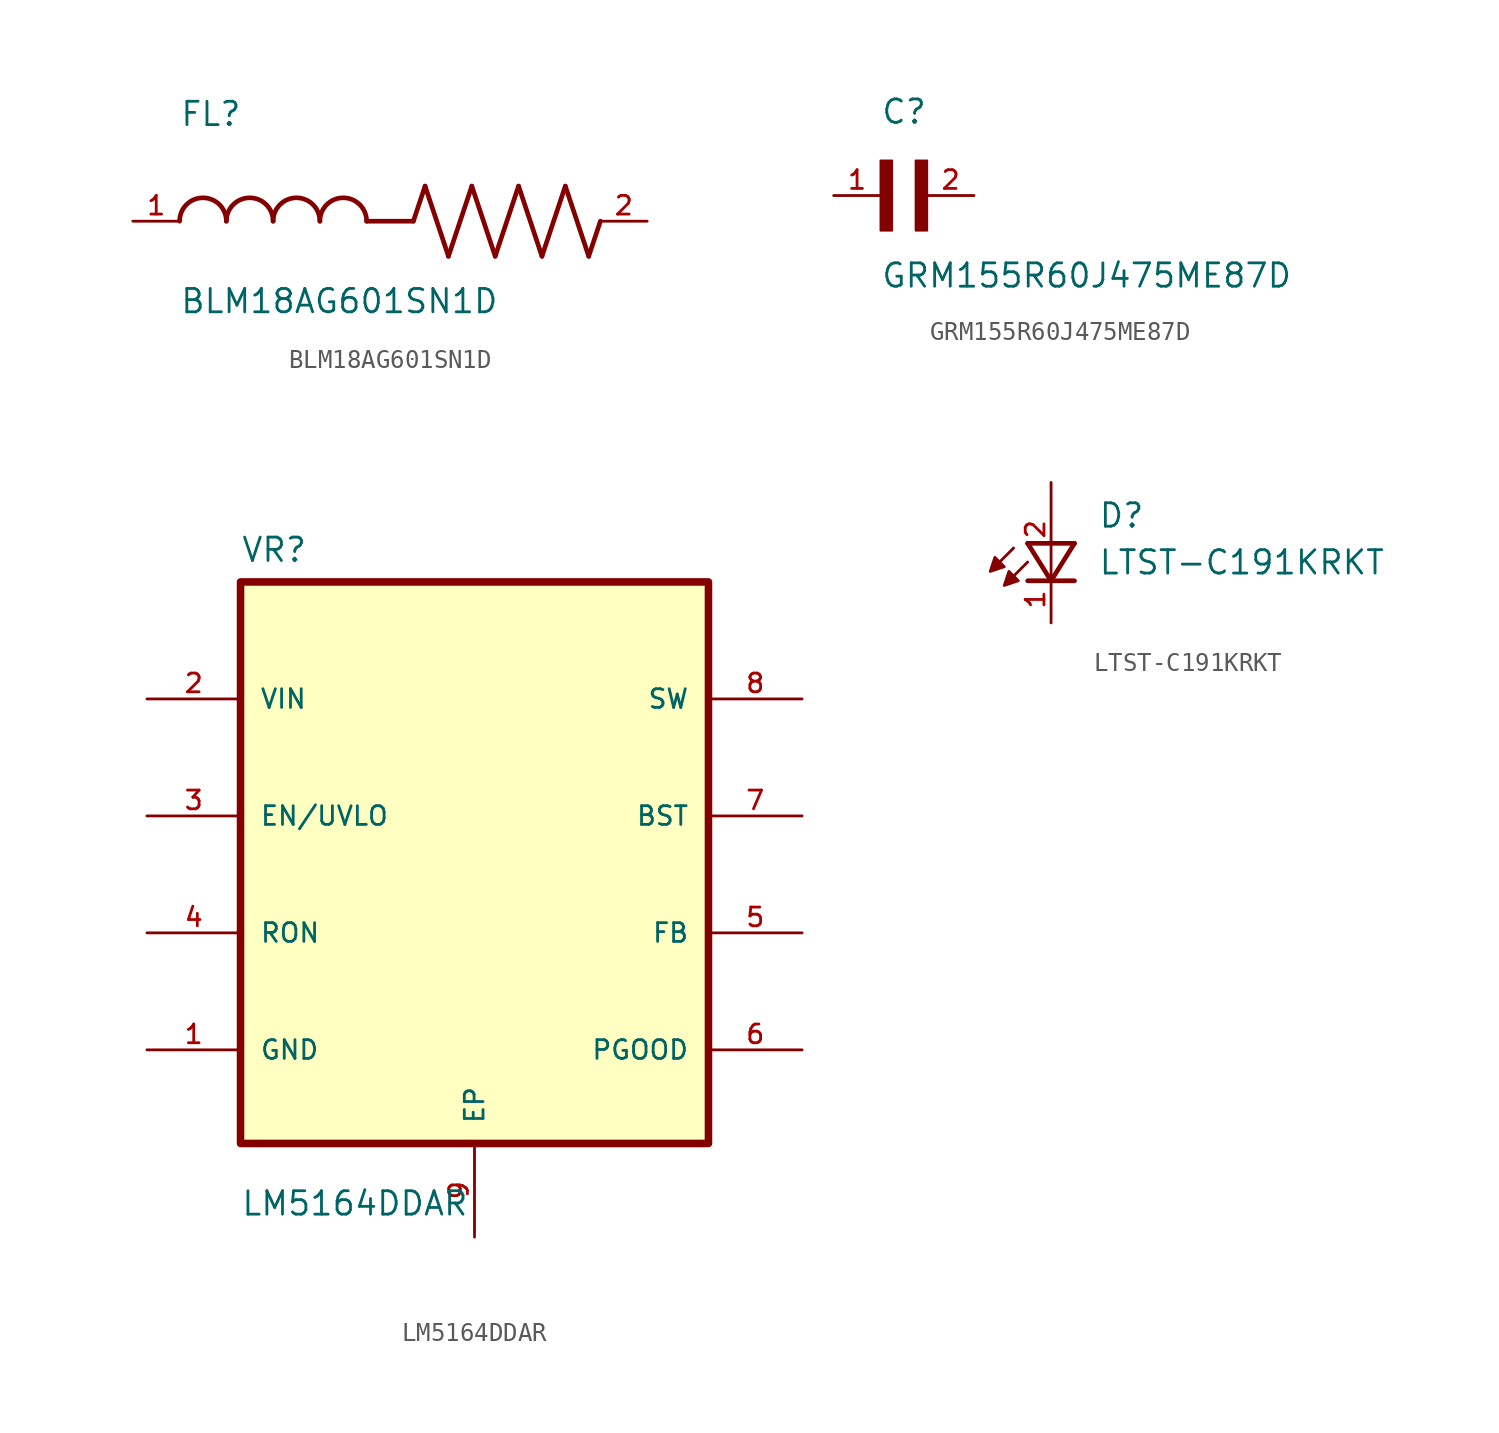
<source format=kicad_sym>
(kicad_symbol_lib
  (version 20241209)
  (generator "kicad_symbol_editor")
  (generator_version "9.0")
  (symbol "BLM18AG601SN1D"
    (pin_names
      (offset 1.016))
    (property "Reference" "FL"
      (at -12.704 5.082 0)
      (effects (font (size 1.27 1.27)) (justify left bottom)))
    (property "Value" "BLM18AG601SN1D"
      (at -12.71 -5.087 0)
      (effects (font (size 1.27 1.27)) (justify left bottom)))
    (symbol "BLM18AG601SN1D_0_0"
      (arc (start -12.7 0) (mid -11.43 1.2645) (end -10.16 0) (stroke (width 0.254) (type default)) (fill (type none)))
      (arc (start -10.16 0) (mid -8.89 1.2645) (end -7.62 0) (stroke (width 0.254) (type default)) (fill (type none)))
      (arc (start -7.62 0) (mid -6.35 1.2645) (end -5.08 0) (stroke (width 0.254) (type default)) (fill (type none)))
      (arc (start -5.08 0) (mid -3.81 1.2645) (end -2.54 0) (stroke (width 0.254) (type default)) (fill (type none)))
      (polyline (pts (xy 0 0) (xy -2.54 0)) (stroke (width 0.254) (type default)) (fill (type none)))
      (polyline (pts (xy 0 0) (xy 0.635 1.905)) (stroke (width 0.254) (type default)) (fill (type none)))
      (polyline (pts (xy 0.635 1.905) (xy 1.905 -1.905)) (stroke (width 0.254) (type default)) (fill (type none)))
      (polyline (pts (xy 1.905 -1.905) (xy 3.175 1.905)) (stroke (width 0.254) (type default)) (fill (type none)))
      (polyline (pts (xy 3.175 1.905) (xy 4.445 -1.905)) (stroke (width 0.254) (type default)) (fill (type none)))
      (polyline (pts (xy 4.445 -1.905) (xy 5.715 1.905)) (stroke (width 0.254) (type default)) (fill (type none)))
      (polyline (pts (xy 5.715 1.905) (xy 6.985 -1.905)) (stroke (width 0.254) (type default)) (fill (type none)))
      (polyline (pts (xy 6.985 -1.905) (xy 8.255 1.905)) (stroke (width 0.254) (type default)) (fill (type none)))
      (polyline (pts (xy 8.255 1.905) (xy 9.525 -1.905)) (stroke (width 0.254) (type default)) (fill (type none)))
      (polyline (pts (xy 9.525 -1.905) (xy 10.16 0)) (stroke (width 0.254) (type default)) (fill (type none)))
      (pin passive line (at -15.24 0 0) (length 2.54) (name "~" (effects (font (size 1.016 1.016)))) (number "1" (effects (font (size 1.016 1.016)))))
      (pin passive line (at 12.7 0 180) (length 2.54) (name "~" (effects (font (size 1.016 1.016)))) (number "2" (effects (font (size 1.016 1.016)))))))
  (symbol "GRM155R60J475ME87D"
    (pin_names
      (offset 1.016))
    (property "Reference" "C"
      (at 0 3.811 0)
      (effects (font (size 1.27 1.27)) (justify left bottom)))
    (property "Value" "GRM155R60J475ME87D"
      (at 0 -5.088 0)
      (effects (font (size 1.27 1.27)) (justify left bottom)))
    (symbol "GRM155R60J475ME87D_0_0"
      (rectangle (start 0 -1.907) (end 0.635 1.905) (stroke (width 0.1) (type default)) (fill (type outline)))
      (rectangle (start 1.907 -1.907) (end 2.54 1.905) (stroke (width 0.1) (type default)) (fill (type outline)))
      (pin passive line (at -2.54 0 0) (length 2.54) (name "~" (effects (font (size 1.016 1.016)))) (number "1" (effects (font (size 1.016 1.016)))))
      (pin passive line (at 5.08 0 180) (length 2.54) (name "~" (effects (font (size 1.016 1.016)))) (number "2" (effects (font (size 1.016 1.016)))))))
  (symbol "LM5164DDAR"
    (pin_names
      (offset 1.016))
    (property "Reference" "VR"
      (at -12.7 16.24 0)
      (effects (font (size 1.27 1.27)) (justify left bottom)))
    (property "Value" "LM5164DDAR"
      (at -12.7 -19.24 0)
      (effects (font (size 1.27 1.27)) (justify left bottom)))
    (symbol "LM5164DDAR_0_0"
      (rectangle (start -12.7 15.24) (end 12.7 -15.24) (stroke (width 0.41) (type default)) (fill (type background)))
      (pin input line (at -17.78 8.89 0) (length 5.08) (name "VIN" (effects (font (size 1.016 1.016)))) (number "2" (effects (font (size 1.016 1.016)))))
      (pin input line (at -17.78 2.54 0) (length 5.08) (name "EN/UVLO" (effects (font (size 1.016 1.016)))) (number "3" (effects (font (size 1.016 1.016)))))
      (pin input line (at -17.78 -3.81 0) (length 5.08) (name "RON" (effects (font (size 1.016 1.016)))) (number "4" (effects (font (size 1.016 1.016)))))
      (pin power_in line (at -17.78 -10.16 0) (length 5.08) (name "GND" (effects (font (size 1.016 1.016)))) (number "1" (effects (font (size 1.016 1.016)))))
      (pin power_in line (at 0 -20.32 90) (length 5.08) (name "EP" (effects (font (size 1.016 1.016)))) (number "9" (effects (font (size 1.016 1.016)))))
      (pin input line (at 17.78 -3.81 180) (length 5.08) (name "FB" (effects (font (size 1.016 1.016)))) (number "5" (effects (font (size 1.016 1.016)))))
      (pin output line (at 17.78 -10.16 180) (length 5.08) (name "PGOOD" (effects (font (size 1.016 1.016)))) (number "6" (effects (font (size 1.016 1.016))))))
    (symbol "LM5164DDAR_1_0"
      (pin input line (at 17.78 8.89 180) (length 5.08) (name "SW" (effects (font (size 1.016 1.016)))) (number "8" (effects (font (size 1.016 1.016)))))
      (pin input line (at 17.78 2.54 180) (length 5.08) (name "BST" (effects (font (size 1.016 1.016)))) (number "7" (effects (font (size 1.016 1.016)))))))
  (symbol "LTST-C191KRKT"
    (pin_names
      (offset 1.016))
    (property "Reference" "D"
      (at 2.544 2.544 0)
      (effects (font (size 1.27 1.27)) (justify left bottom)))
    (property "Value" "LTST-C191KRKT"
      (at 2.541 0 0)
      (effects (font (size 1.27 1.27)) (justify left bottom)))
    (symbol "LTST-C191KRKT_0_0"
      (polyline (pts (xy -3.048 1.016) (xy -3.302 0.254) (xy -2.54 0.508) (xy -3.048 1.016)) (stroke (width 0.152) (type default)) (fill (type outline)))
      (polyline (pts (xy -2.286 0.254) (xy -2.54 -0.508) (xy -1.778 -0.254) (xy -2.286 0.254)) (stroke (width 0.152) (type default)) (fill (type outline)))
      (polyline (pts (xy -2.032 1.524) (xy -2.921 0.635)) (stroke (width 0.152) (type default)) (fill (type none)))
      (polyline (pts (xy -1.27 0.762) (xy -2.159 -0.127)) (stroke (width 0.152) (type default)) (fill (type none)))
      (polyline (pts (xy 0 -0.254) (xy -1.27 1.778)) (stroke (width 0.254) (type default)) (fill (type none)))
      (polyline (pts (xy 0 -0.254) (xy -1.27 -0.254)) (stroke (width 0.254) (type default)) (fill (type none)))
      (polyline (pts (xy 1.27 1.778) (xy -1.27 1.778)) (stroke (width 0.254) (type default)) (fill (type none)))
      (polyline (pts (xy 1.27 1.778) (xy 0 -0.254)) (stroke (width 0.254) (type default)) (fill (type none)))
      (polyline (pts (xy 1.27 -0.254) (xy 0 -0.254)) (stroke (width 0.254) (type default)) (fill (type none)))
      (pin passive line (at 0 5.08 270) (length 5.08) (name "~" (effects (font (size 1.016 1.016)))) (number "2" (effects (font (size 1.016 1.016)))))
      (pin passive line (at 0 -2.54 90) (length 2.54) (name "~" (effects (font (size 1.016 1.016)))) (number "1" (effects (font (size 1.016 1.016))))))))
</source>
